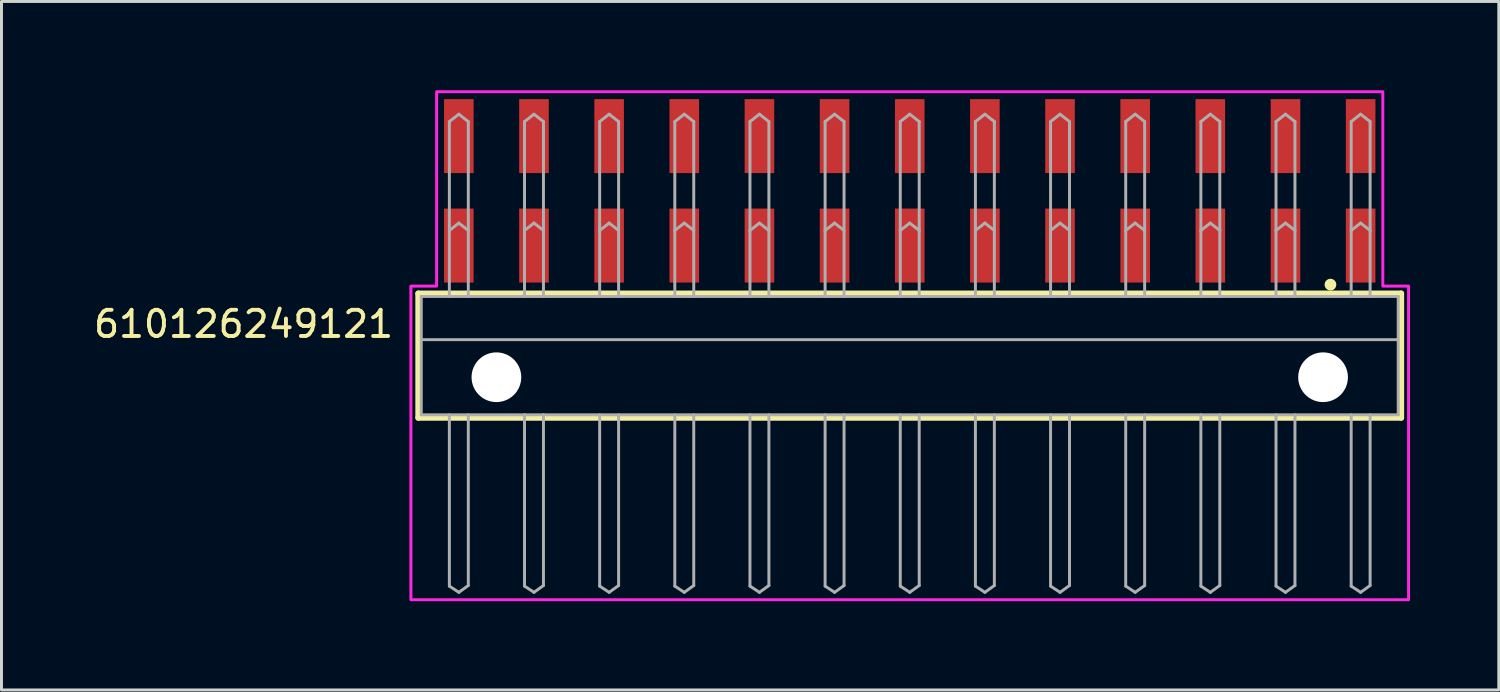
<source format=kicad_pcb>
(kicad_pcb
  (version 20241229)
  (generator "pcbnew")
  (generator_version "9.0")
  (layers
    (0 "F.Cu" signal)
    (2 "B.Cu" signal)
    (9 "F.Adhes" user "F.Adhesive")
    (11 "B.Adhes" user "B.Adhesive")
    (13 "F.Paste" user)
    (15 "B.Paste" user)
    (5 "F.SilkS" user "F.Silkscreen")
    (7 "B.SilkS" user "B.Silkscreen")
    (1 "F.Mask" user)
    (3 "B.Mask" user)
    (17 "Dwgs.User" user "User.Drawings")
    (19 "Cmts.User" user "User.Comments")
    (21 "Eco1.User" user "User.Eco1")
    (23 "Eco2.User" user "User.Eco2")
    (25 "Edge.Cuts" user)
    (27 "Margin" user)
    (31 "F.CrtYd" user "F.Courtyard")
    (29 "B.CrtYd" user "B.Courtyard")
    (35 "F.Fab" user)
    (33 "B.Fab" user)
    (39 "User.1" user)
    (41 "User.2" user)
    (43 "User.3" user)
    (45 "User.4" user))
  (footprint "610126249121"
    (layer "F.Cu")
    (at 27.698 9.7)
    (property "Reference" "610126249121" (at -17.376 -1.28 0) (unlocked yes) (layer "F.SilkS") (effects (font (size 0.884 0.884) (thickness 0.132)) (justify right bottom)))
    (fp_line (start -16.61 -2.83) (end 16.61 -2.83) (stroke (width 0.2) (type solid)) (layer "F.SilkS"))
    (fp_line (start -16.61 1.37) (end -16.61 -2.83) (stroke (width 0.2) (type solid)) (layer "F.SilkS"))
    (fp_line (start 16.61 -2.83) (end 16.61 1.37) (stroke (width 0.2) (type solid)) (layer "F.SilkS"))
    (fp_line (start 16.61 1.37) (end -16.61 1.37) (stroke (width 0.2) (type solid)) (layer "F.SilkS"))
    (fp_circle (center 14.22 -3.13) (end 14.32 -3.13) (stroke (width 0.2) (type solid)) (fill no) (layer "F.SilkS"))
    (fp_poly (pts (xy 15.99 -3.08) (xy 16.86 -3.08) (xy 16.86 7.52) (xy -16.86 7.52) (xy -16.86 -3.08) (xy -15.99 -3.08) (xy -15.99 -9.65) (xy 15.99 -9.65)) (stroke (width 0.1) (type default)) (fill no) (layer "F.CrtYd"))
    (fp_line (start -16.51 -2.73) (end -16.51 1.27) (stroke (width 0.1) (type solid)) (layer "F.Fab"))
    (fp_line (start -16.5 -1.27) (end 16.5 -1.27) (stroke (width 0.1) (type solid)) (layer "F.Fab"))
    (fp_line (start -15.56 -4.96) (end -15.56 -8.64) (stroke (width 0.1) (type solid)) (layer "F.Fab"))
    (fp_line (start -15.56 -2.73) (end -15.56 -4.96) (stroke (width 0.1) (type solid)) (layer "F.Fab"))
    (fp_line (start -15.56 1.27) (end -15.56 7.06) (stroke (width 0.1) (type solid)) (layer "F.Fab"))
    (fp_line (start -15.56 7.06) (end -15.24 7.27) (stroke (width 0.1) (type solid)) (layer "F.Fab"))
    (fp_line (start -15.24 -8.89) (end -15.56 -8.64) (stroke (width 0.1) (type solid)) (layer "F.Fab"))
    (fp_line (start -15.24 -8.89) (end -14.92 -8.64) (stroke (width 0.1) (type solid)) (layer "F.Fab"))
    (fp_line (start -15.24 -5.21) (end -15.56 -4.96) (stroke (width 0.1) (type solid)) (layer "F.Fab"))
    (fp_line (start -15.24 -5.21) (end -14.92 -4.96) (stroke (width 0.1) (type solid)) (layer "F.Fab"))
    (fp_line (start -15.24 7.27) (end -14.92 7.04) (stroke (width 0.1) (type solid)) (layer "F.Fab"))
    (fp_line (start -14.92 -8.64) (end -14.92 -4.96) (stroke (width 0.1) (type solid)) (layer "F.Fab"))
    (fp_line (start -14.92 -4.96) (end -14.92 -2.73) (stroke (width 0.1) (type solid)) (layer "F.Fab"))
    (fp_line (start -14.92 7.04) (end -14.92 1.27) (stroke (width 0.1) (type solid)) (layer "F.Fab"))
    (fp_line (start -13.02 -4.96) (end -13.02 -8.64) (stroke (width 0.1) (type solid)) (layer "F.Fab"))
    (fp_line (start -13.02 -2.73) (end -16.51 -2.73) (stroke (width 0.1) (type solid)) (layer "F.Fab"))
    (fp_line (start -13.02 -2.73) (end -13.02 -4.96) (stroke (width 0.1) (type solid)) (layer "F.Fab"))
    (fp_line (start -13.02 1.27) (end -16.51 1.27) (stroke (width 0.1) (type solid)) (layer "F.Fab"))
    (fp_line (start -13.02 1.27) (end -13.02 7.06) (stroke (width 0.1) (type solid)) (layer "F.Fab"))
    (fp_line (start -13.02 7.06) (end -12.7 7.27) (stroke (width 0.1) (type solid)) (layer "F.Fab"))
    (fp_line (start -12.7 -8.89) (end -13.02 -8.64) (stroke (width 0.1) (type solid)) (layer "F.Fab"))
    (fp_line (start -12.7 -8.89) (end -12.38 -8.64) (stroke (width 0.1) (type solid)) (layer "F.Fab"))
    (fp_line (start -12.7 -5.21) (end -13.02 -4.96) (stroke (width 0.1) (type solid)) (layer "F.Fab"))
    (fp_line (start -12.7 -5.21) (end -12.38 -4.96) (stroke (width 0.1) (type solid)) (layer "F.Fab"))
    (fp_line (start -12.7 7.27) (end -12.38 7.04) (stroke (width 0.1) (type solid)) (layer "F.Fab"))
    (fp_line (start -12.38 -8.64) (end -12.38 -4.96) (stroke (width 0.1) (type solid)) (layer "F.Fab"))
    (fp_line (start -12.38 -4.96) (end -12.38 -2.73) (stroke (width 0.1) (type solid)) (layer "F.Fab"))
    (fp_line (start -12.38 -2.73) (end -13.02 -2.73) (stroke (width 0.1) (type solid)) (layer "F.Fab"))
    (fp_line (start -12.38 1.27) (end -13.02 1.27) (stroke (width 0.1) (type solid)) (layer "F.Fab"))
    (fp_line (start -12.38 7.04) (end -12.38 1.27) (stroke (width 0.1) (type solid)) (layer "F.Fab"))
    (fp_line (start -10.48 -4.96) (end -10.48 -8.64) (stroke (width 0.1) (type solid)) (layer "F.Fab"))
    (fp_line (start -10.48 -2.73) (end -10.48 -4.96) (stroke (width 0.1) (type solid)) (layer "F.Fab"))
    (fp_line (start -10.48 1.27) (end -10.48 7.06) (stroke (width 0.1) (type solid)) (layer "F.Fab"))
    (fp_line (start -10.48 7.06) (end -10.16 7.27) (stroke (width 0.1) (type solid)) (layer "F.Fab"))
    (fp_line (start -10.16 -8.89) (end -10.48 -8.64) (stroke (width 0.1) (type solid)) (layer "F.Fab"))
    (fp_line (start -10.16 -8.89) (end -9.84 -8.64) (stroke (width 0.1) (type solid)) (layer "F.Fab"))
    (fp_line (start -10.16 -5.21) (end -10.48 -4.96) (stroke (width 0.1) (type solid)) (layer "F.Fab"))
    (fp_line (start -10.16 -5.21) (end -9.84 -4.96) (stroke (width 0.1) (type solid)) (layer "F.Fab"))
    (fp_line (start -10.16 7.27) (end -9.84 7.04) (stroke (width 0.1) (type solid)) (layer "F.Fab"))
    (fp_line (start -9.84 -8.64) (end -9.84 -4.96) (stroke (width 0.1) (type solid)) (layer "F.Fab"))
    (fp_line (start -9.84 -4.96) (end -9.84 -2.73) (stroke (width 0.1) (type solid)) (layer "F.Fab"))
    (fp_line (start -9.84 7.04) (end -9.84 1.27) (stroke (width 0.1) (type solid)) (layer "F.Fab"))
    (fp_line (start -7.94 -4.96) (end -7.94 -8.64) (stroke (width 0.1) (type solid)) (layer "F.Fab"))
    (fp_line (start -7.94 -2.73) (end -7.94 -4.96) (stroke (width 0.1) (type solid)) (layer "F.Fab"))
    (fp_line (start -7.94 1.27) (end -7.94 7.06) (stroke (width 0.1) (type solid)) (layer "F.Fab"))
    (fp_line (start -7.94 7.06) (end -7.62 7.27) (stroke (width 0.1) (type solid)) (layer "F.Fab"))
    (fp_line (start -7.62 -8.89) (end -7.94 -8.64) (stroke (width 0.1) (type solid)) (layer "F.Fab"))
    (fp_line (start -7.62 -8.89) (end -7.3 -8.64) (stroke (width 0.1) (type solid)) (layer "F.Fab"))
    (fp_line (start -7.62 -5.21) (end -7.94 -4.96) (stroke (width 0.1) (type solid)) (layer "F.Fab"))
    (fp_line (start -7.62 -5.21) (end -7.3 -4.96) (stroke (width 0.1) (type solid)) (layer "F.Fab"))
    (fp_line (start -7.62 7.27) (end -7.3 7.04) (stroke (width 0.1) (type solid)) (layer "F.Fab"))
    (fp_line (start -7.3 -8.64) (end -7.3 -4.96) (stroke (width 0.1) (type solid)) (layer "F.Fab"))
    (fp_line (start -7.3 -4.96) (end -7.3 -2.73) (stroke (width 0.1) (type solid)) (layer "F.Fab"))
    (fp_line (start -7.3 7.04) (end -7.3 1.27) (stroke (width 0.1) (type solid)) (layer "F.Fab"))
    (fp_line (start -5.4 -4.96) (end -5.4 -8.64) (stroke (width 0.1) (type solid)) (layer "F.Fab"))
    (fp_line (start -5.4 -2.73) (end -5.4 -4.96) (stroke (width 0.1) (type solid)) (layer "F.Fab"))
    (fp_line (start -5.4 1.27) (end -5.4 7.06) (stroke (width 0.1) (type solid)) (layer "F.Fab"))
    (fp_line (start -5.4 7.06) (end -5.08 7.27) (stroke (width 0.1) (type solid)) (layer "F.Fab"))
    (fp_line (start -5.08 -8.89) (end -5.4 -8.64) (stroke (width 0.1) (type solid)) (layer "F.Fab"))
    (fp_line (start -5.08 -8.89) (end -4.76 -8.64) (stroke (width 0.1) (type solid)) (layer "F.Fab"))
    (fp_line (start -5.08 -5.21) (end -5.4 -4.96) (stroke (width 0.1) (type solid)) (layer "F.Fab"))
    (fp_line (start -5.08 -5.21) (end -4.76 -4.96) (stroke (width 0.1) (type solid)) (layer "F.Fab"))
    (fp_line (start -5.08 7.27) (end -4.76 7.04) (stroke (width 0.1) (type solid)) (layer "F.Fab"))
    (fp_line (start -4.76 -8.64) (end -4.76 -4.96) (stroke (width 0.1) (type solid)) (layer "F.Fab"))
    (fp_line (start -4.76 -4.96) (end -4.76 -2.73) (stroke (width 0.1) (type solid)) (layer "F.Fab"))
    (fp_line (start -4.76 7.04) (end -4.76 1.27) (stroke (width 0.1) (type solid)) (layer "F.Fab"))
    (fp_line (start -2.86 -4.96) (end -2.86 -8.64) (stroke (width 0.1) (type solid)) (layer "F.Fab"))
    (fp_line (start -2.86 -2.73) (end -2.86 -4.96) (stroke (width 0.1) (type solid)) (layer "F.Fab"))
    (fp_line (start -2.86 1.27) (end -2.86 7.06) (stroke (width 0.1) (type solid)) (layer "F.Fab"))
    (fp_line (start -2.86 7.06) (end -2.54 7.27) (stroke (width 0.1) (type solid)) (layer "F.Fab"))
    (fp_line (start -2.54 -8.89) (end -2.86 -8.64) (stroke (width 0.1) (type solid)) (layer "F.Fab"))
    (fp_line (start -2.54 -8.89) (end -2.22 -8.64) (stroke (width 0.1) (type solid)) (layer "F.Fab"))
    (fp_line (start -2.54 -5.21) (end -2.86 -4.96) (stroke (width 0.1) (type solid)) (layer "F.Fab"))
    (fp_line (start -2.54 -5.21) (end -2.22 -4.96) (stroke (width 0.1) (type solid)) (layer "F.Fab"))
    (fp_line (start -2.54 7.27) (end -2.22 7.04) (stroke (width 0.1) (type solid)) (layer "F.Fab"))
    (fp_line (start -2.22 -8.64) (end -2.22 -4.96) (stroke (width 0.1) (type solid)) (layer "F.Fab"))
    (fp_line (start -2.22 -4.96) (end -2.22 -2.73) (stroke (width 0.1) (type solid)) (layer "F.Fab"))
    (fp_line (start -2.22 7.04) (end -2.22 1.27) (stroke (width 0.1) (type solid)) (layer "F.Fab"))
    (fp_line (start -0.32 -4.96) (end -0.32 -8.64) (stroke (width 0.1) (type solid)) (layer "F.Fab"))
    (fp_line (start -0.32 -2.73) (end -0.32 -4.96) (stroke (width 0.1) (type solid)) (layer "F.Fab"))
    (fp_line (start -0.32 1.27) (end -0.32 7.06) (stroke (width 0.1) (type solid)) (layer "F.Fab"))
    (fp_line (start -0.32 7.06) (end 0 7.27) (stroke (width 0.1) (type solid)) (layer "F.Fab"))
    (fp_line (start 0 -8.89) (end -0.32 -8.64) (stroke (width 0.1) (type solid)) (layer "F.Fab"))
    (fp_line (start 0 -8.89) (end 0.32 -8.64) (stroke (width 0.1) (type solid)) (layer "F.Fab"))
    (fp_line (start 0 -5.21) (end -0.32 -4.96) (stroke (width 0.1) (type solid)) (layer "F.Fab"))
    (fp_line (start 0 -5.21) (end 0.32 -4.96) (stroke (width 0.1) (type solid)) (layer "F.Fab"))
    (fp_line (start 0 7.27) (end 0.32 7.04) (stroke (width 0.1) (type solid)) (layer "F.Fab"))
    (fp_line (start 0.32 -8.64) (end 0.32 -4.96) (stroke (width 0.1) (type solid)) (layer "F.Fab"))
    (fp_line (start 0.32 -4.96) (end 0.32 -2.73) (stroke (width 0.1) (type solid)) (layer "F.Fab"))
    (fp_line (start 0.32 7.04) (end 0.32 1.27) (stroke (width 0.1) (type solid)) (layer "F.Fab"))
    (fp_line (start 2.22 -4.96) (end 2.22 -8.64) (stroke (width 0.1) (type solid)) (layer "F.Fab"))
    (fp_line (start 2.22 -2.73) (end 2.22 -4.96) (stroke (width 0.1) (type solid)) (layer "F.Fab"))
    (fp_line (start 2.22 1.27) (end 2.22 7.06) (stroke (width 0.1) (type solid)) (layer "F.Fab"))
    (fp_line (start 2.22 7.06) (end 2.54 7.27) (stroke (width 0.1) (type solid)) (layer "F.Fab"))
    (fp_line (start 2.54 -8.89) (end 2.22 -8.64) (stroke (width 0.1) (type solid)) (layer "F.Fab"))
    (fp_line (start 2.54 -8.89) (end 2.86 -8.64) (stroke (width 0.1) (type solid)) (layer "F.Fab"))
    (fp_line (start 2.54 -5.21) (end 2.22 -4.96) (stroke (width 0.1) (type solid)) (layer "F.Fab"))
    (fp_line (start 2.54 -5.21) (end 2.86 -4.96) (stroke (width 0.1) (type solid)) (layer "F.Fab"))
    (fp_line (start 2.54 7.27) (end 2.86 7.04) (stroke (width 0.1) (type solid)) (layer "F.Fab"))
    (fp_line (start 2.86 -8.64) (end 2.86 -4.96) (stroke (width 0.1) (type solid)) (layer "F.Fab"))
    (fp_line (start 2.86 -4.96) (end 2.86 -2.73) (stroke (width 0.1) (type solid)) (layer "F.Fab"))
    (fp_line (start 2.86 7.04) (end 2.86 1.27) (stroke (width 0.1) (type solid)) (layer "F.Fab"))
    (fp_line (start 4.76 -4.96) (end 4.76 -8.64) (stroke (width 0.1) (type solid)) (layer "F.Fab"))
    (fp_line (start 4.76 -2.73) (end 4.76 -4.96) (stroke (width 0.1) (type solid)) (layer "F.Fab"))
    (fp_line (start 4.76 1.27) (end 4.76 7.06) (stroke (width 0.1) (type solid)) (layer "F.Fab"))
    (fp_line (start 4.76 7.06) (end 5.08 7.27) (stroke (width 0.1) (type solid)) (layer "F.Fab"))
    (fp_line (start 5.08 -8.89) (end 4.76 -8.64) (stroke (width 0.1) (type solid)) (layer "F.Fab"))
    (fp_line (start 5.08 -8.89) (end 5.4 -8.64) (stroke (width 0.1) (type solid)) (layer "F.Fab"))
    (fp_line (start 5.08 -5.21) (end 4.76 -4.96) (stroke (width 0.1) (type solid)) (layer "F.Fab"))
    (fp_line (start 5.08 -5.21) (end 5.4 -4.96) (stroke (width 0.1) (type solid)) (layer "F.Fab"))
    (fp_line (start 5.08 7.27) (end 5.4 7.04) (stroke (width 0.1) (type solid)) (layer "F.Fab"))
    (fp_line (start 5.4 -8.64) (end 5.4 -4.96) (stroke (width 0.1) (type solid)) (layer "F.Fab"))
    (fp_line (start 5.4 -4.96) (end 5.4 -2.73) (stroke (width 0.1) (type solid)) (layer "F.Fab"))
    (fp_line (start 5.4 7.04) (end 5.4 1.27) (stroke (width 0.1) (type solid)) (layer "F.Fab"))
    (fp_line (start 7.3 -4.96) (end 7.3 -8.64) (stroke (width 0.1) (type solid)) (layer "F.Fab"))
    (fp_line (start 7.3 -2.73) (end 7.3 -4.96) (stroke (width 0.1) (type solid)) (layer "F.Fab"))
    (fp_line (start 7.3 1.27) (end 7.3 7.06) (stroke (width 0.1) (type solid)) (layer "F.Fab"))
    (fp_line (start 7.3 7.06) (end 7.62 7.27) (stroke (width 0.1) (type solid)) (layer "F.Fab"))
    (fp_line (start 7.62 -8.89) (end 7.3 -8.64) (stroke (width 0.1) (type solid)) (layer "F.Fab"))
    (fp_line (start 7.62 -8.89) (end 7.94 -8.64) (stroke (width 0.1) (type solid)) (layer "F.Fab"))
    (fp_line (start 7.62 -5.21) (end 7.3 -4.96) (stroke (width 0.1) (type solid)) (layer "F.Fab"))
    (fp_line (start 7.62 -5.21) (end 7.94 -4.96) (stroke (width 0.1) (type solid)) (layer "F.Fab"))
    (fp_line (start 7.62 7.27) (end 7.94 7.04) (stroke (width 0.1) (type solid)) (layer "F.Fab"))
    (fp_line (start 7.94 -8.64) (end 7.94 -4.96) (stroke (width 0.1) (type solid)) (layer "F.Fab"))
    (fp_line (start 7.94 -4.96) (end 7.94 -2.73) (stroke (width 0.1) (type solid)) (layer "F.Fab"))
    (fp_line (start 7.94 7.04) (end 7.94 1.27) (stroke (width 0.1) (type solid)) (layer "F.Fab"))
    (fp_line (start 9.84 -4.96) (end 9.84 -8.64) (stroke (width 0.1) (type solid)) (layer "F.Fab"))
    (fp_line (start 9.84 -2.73) (end 9.84 -4.96) (stroke (width 0.1) (type solid)) (layer "F.Fab"))
    (fp_line (start 9.84 1.27) (end 9.84 7.06) (stroke (width 0.1) (type solid)) (layer "F.Fab"))
    (fp_line (start 9.84 7.06) (end 10.16 7.27) (stroke (width 0.1) (type solid)) (layer "F.Fab"))
    (fp_line (start 10.16 -8.89) (end 9.84 -8.64) (stroke (width 0.1) (type solid)) (layer "F.Fab"))
    (fp_line (start 10.16 -8.89) (end 10.48 -8.64) (stroke (width 0.1) (type solid)) (layer "F.Fab"))
    (fp_line (start 10.16 -5.21) (end 9.84 -4.96) (stroke (width 0.1) (type solid)) (layer "F.Fab"))
    (fp_line (start 10.16 -5.21) (end 10.48 -4.96) (stroke (width 0.1) (type solid)) (layer "F.Fab"))
    (fp_line (start 10.16 7.27) (end 10.48 7.04) (stroke (width 0.1) (type solid)) (layer "F.Fab"))
    (fp_line (start 10.48 -8.64) (end 10.48 -4.96) (stroke (width 0.1) (type solid)) (layer "F.Fab"))
    (fp_line (start 10.48 -4.96) (end 10.48 -2.73) (stroke (width 0.1) (type solid)) (layer "F.Fab"))
    (fp_line (start 10.48 7.04) (end 10.48 1.27) (stroke (width 0.1) (type solid)) (layer "F.Fab"))
    (fp_line (start 12.38 -4.96) (end 12.38 -8.64) (stroke (width 0.1) (type solid)) (layer "F.Fab"))
    (fp_line (start 12.38 -2.73) (end 12.38 -4.96) (stroke (width 0.1) (type solid)) (layer "F.Fab"))
    (fp_line (start 12.38 1.27) (end 12.38 7.06) (stroke (width 0.1) (type solid)) (layer "F.Fab"))
    (fp_line (start 12.38 7.06) (end 12.7 7.27) (stroke (width 0.1) (type solid)) (layer "F.Fab"))
    (fp_line (start 12.7 -8.89) (end 12.38 -8.64) (stroke (width 0.1) (type solid)) (layer "F.Fab"))
    (fp_line (start 12.7 -8.89) (end 13.02 -8.64) (stroke (width 0.1) (type solid)) (layer "F.Fab"))
    (fp_line (start 12.7 -5.21) (end 12.38 -4.96) (stroke (width 0.1) (type solid)) (layer "F.Fab"))
    (fp_line (start 12.7 -5.21) (end 13.02 -4.96) (stroke (width 0.1) (type solid)) (layer "F.Fab"))
    (fp_line (start 12.7 7.27) (end 13.02 7.04) (stroke (width 0.1) (type solid)) (layer "F.Fab"))
    (fp_line (start 13.02 -8.64) (end 13.02 -4.96) (stroke (width 0.1) (type solid)) (layer "F.Fab"))
    (fp_line (start 13.02 -4.96) (end 13.02 -2.73) (stroke (width 0.1) (type solid)) (layer "F.Fab"))
    (fp_line (start 13.02 7.04) (end 13.02 1.27) (stroke (width 0.1) (type solid)) (layer "F.Fab"))
    (fp_line (start 14.92 -4.96) (end 14.92 -8.64) (stroke (width 0.1) (type solid)) (layer "F.Fab"))
    (fp_line (start 14.92 -2.73) (end 14.92 -4.96) (stroke (width 0.1) (type solid)) (layer "F.Fab"))
    (fp_line (start 14.92 1.27) (end 14.92 7.06) (stroke (width 0.1) (type solid)) (layer "F.Fab"))
    (fp_line (start 14.92 7.06) (end 15.24 7.27) (stroke (width 0.1) (type solid)) (layer "F.Fab"))
    (fp_line (start 15.24 -8.89) (end 14.92 -8.64) (stroke (width 0.1) (type solid)) (layer "F.Fab"))
    (fp_line (start 15.24 -8.89) (end 15.56 -8.64) (stroke (width 0.1) (type solid)) (layer "F.Fab"))
    (fp_line (start 15.24 -5.21) (end 14.92 -4.96) (stroke (width 0.1) (type solid)) (layer "F.Fab"))
    (fp_line (start 15.24 -5.21) (end 15.56 -4.96) (stroke (width 0.1) (type solid)) (layer "F.Fab"))
    (fp_line (start 15.24 7.27) (end 15.56 7.04) (stroke (width 0.1) (type solid)) (layer "F.Fab"))
    (fp_line (start 15.56 -8.64) (end 15.56 -4.96) (stroke (width 0.1) (type solid)) (layer "F.Fab"))
    (fp_line (start 15.56 -4.96) (end 15.56 -2.73) (stroke (width 0.1) (type solid)) (layer "F.Fab"))
    (fp_line (start 15.56 7.04) (end 15.56 1.27) (stroke (width 0.1) (type solid)) (layer "F.Fab"))
    (fp_line (start 16.51 -2.73) (end -12.38 -2.73) (stroke (width 0.1) (type solid)) (layer "F.Fab"))
    (fp_line (start 16.51 -2.73) (end 16.51 1.27) (stroke (width 0.1) (type solid)) (layer "F.Fab"))
    (fp_line (start 16.51 1.27) (end -12.38 1.27) (stroke (width 0.1) (type solid)) (layer "F.Fab"))
    (pad "" np_thru_hole circle (at -13.97 0) (size 1.68 1.68) (drill 1.68) (layers "*.Cu" "*.Mask"))
    (pad "" np_thru_hole circle (at 13.97 0) (size 1.68 1.68) (drill 1.68) (layers "*.Cu" "*.Mask"))
    (pad "1" smd rect (at 15.24 -4.45) (size 1 2.5) (layers "F.Cu" "F.Mask" "F.Paste"))
    (pad "2" smd rect (at 15.24 -8.15) (size 1 2.5) (layers "F.Cu" "F.Mask" "F.Paste"))
    (pad "3" smd rect (at 12.7 -4.45) (size 1 2.5) (layers "F.Cu" "F.Mask" "F.Paste"))
    (pad "4" smd rect (at 12.7 -8.15) (size 1 2.5) (layers "F.Cu" "F.Mask" "F.Paste"))
    (pad "5" smd rect (at 10.16 -4.45) (size 1 2.5) (layers "F.Cu" "F.Mask" "F.Paste"))
    (pad "6" smd rect (at 10.16 -8.15 180) (size 1 2.5) (layers "F.Cu" "F.Mask" "F.Paste"))
    (pad "7" smd rect (at 7.62 -4.45) (size 1 2.5) (layers "F.Cu" "F.Mask" "F.Paste"))
    (pad "8" smd rect (at 7.62 -8.15 180) (size 1 2.5) (layers "F.Cu" "F.Mask" "F.Paste"))
    (pad "9" smd rect (at 5.08 -4.45) (size 1 2.5) (layers "F.Cu" "F.Mask" "F.Paste"))
    (pad "10" smd rect (at 5.08 -8.15 180) (size 1 2.5) (layers "F.Cu" "F.Mask" "F.Paste"))
    (pad "11" smd rect (at 2.54 -4.45) (size 1 2.5) (layers "F.Cu" "F.Mask" "F.Paste"))
    (pad "12" smd rect (at 2.54 -8.15 180) (size 1 2.5) (layers "F.Cu" "F.Mask" "F.Paste"))
    (pad "13" smd rect (at 0 -4.45) (size 1 2.5) (layers "F.Cu" "F.Mask" "F.Paste"))
    (pad "14" smd rect (at 0 -8.15 180) (size 1 2.5) (layers "F.Cu" "F.Mask" "F.Paste"))
    (pad "15" smd rect (at -2.54 -4.45) (size 1 2.5) (layers "F.Cu" "F.Mask" "F.Paste"))
    (pad "16" smd rect (at -2.54 -8.15 180) (size 1 2.5) (layers "F.Cu" "F.Mask" "F.Paste"))
    (pad "17" smd rect (at -5.08 -4.45) (size 1 2.5) (layers "F.Cu" "F.Mask" "F.Paste"))
    (pad "18" smd rect (at -5.08 -8.15 180) (size 1 2.5) (layers "F.Cu" "F.Mask" "F.Paste"))
    (pad "19" smd rect (at -7.62 -4.45) (size 1 2.5) (layers "F.Cu" "F.Mask" "F.Paste"))
    (pad "20" smd rect (at -7.62 -8.15 180) (size 1 2.5) (layers "F.Cu" "F.Mask" "F.Paste"))
    (pad "21" smd rect (at -10.16 -4.45) (size 1 2.5) (layers "F.Cu" "F.Mask" "F.Paste"))
    (pad "22" smd rect (at -10.16 -8.15 180) (size 1 2.5) (layers "F.Cu" "F.Mask" "F.Paste"))
    (pad "23" smd rect (at -12.7 -4.45) (size 1 2.5) (layers "F.Cu" "F.Mask" "F.Paste"))
    (pad "24" smd rect (at -12.7 -8.15 180) (size 1 2.5) (layers "F.Cu" "F.Mask" "F.Paste"))
    (pad "25" smd rect (at -15.24 -4.45) (size 1 2.5) (layers "F.Cu" "F.Mask" "F.Paste"))
    (pad "26" smd rect (at -15.24 -8.15 180) (size 1 2.5) (layers "F.Cu" "F.Mask" "F.Paste")))
  (gr_rect
    (start -3 -3)
    (end 47.608 20.27)
    (stroke (width 0.1) (type default))
    (fill no)
    (layer "Edge.Cuts")))
</source>
